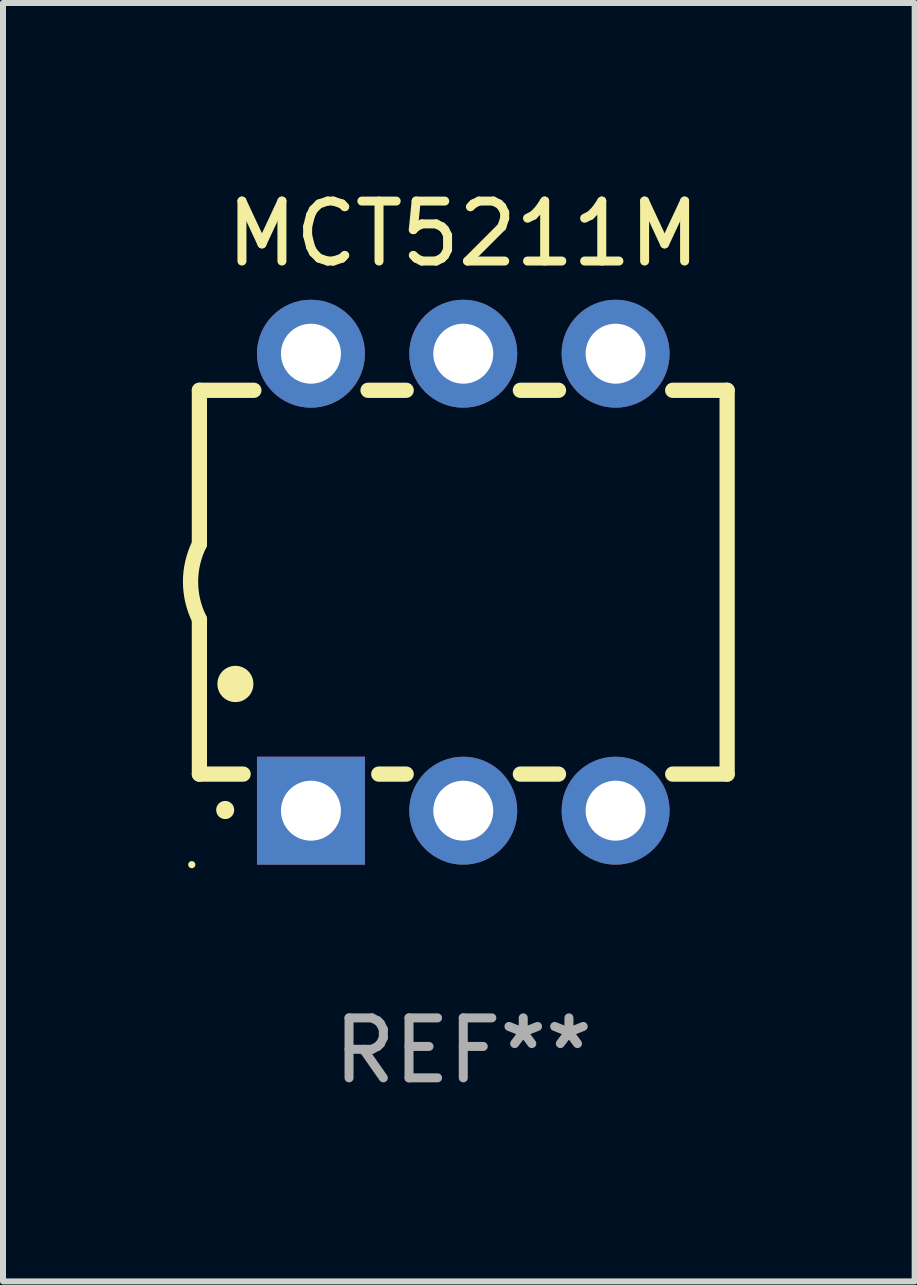
<source format=kicad_pcb>
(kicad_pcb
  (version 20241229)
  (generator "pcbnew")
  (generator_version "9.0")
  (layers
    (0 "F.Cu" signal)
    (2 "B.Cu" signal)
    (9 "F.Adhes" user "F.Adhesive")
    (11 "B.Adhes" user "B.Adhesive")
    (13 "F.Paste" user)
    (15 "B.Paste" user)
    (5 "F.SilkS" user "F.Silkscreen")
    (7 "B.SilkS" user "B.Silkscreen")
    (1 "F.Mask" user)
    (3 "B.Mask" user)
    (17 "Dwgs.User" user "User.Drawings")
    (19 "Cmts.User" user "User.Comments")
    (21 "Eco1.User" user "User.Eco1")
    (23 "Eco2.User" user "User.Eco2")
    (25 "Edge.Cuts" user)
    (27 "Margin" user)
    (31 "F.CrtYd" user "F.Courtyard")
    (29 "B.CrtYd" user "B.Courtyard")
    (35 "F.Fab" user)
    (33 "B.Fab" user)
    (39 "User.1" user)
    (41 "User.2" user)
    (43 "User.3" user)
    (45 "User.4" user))
  (footprint "MCT5211M"
    (layer "F.Cu")
    (at 4.675 6.658)
    (property "Reference" "MCT5211M" (at 0 -5.81 0) (layer "F.SilkS") (effects (font (size 1 1) (thickness 0.15))))
    (attr through_hole)
    (fp_line (start -4.4 -3.2) (end -4.4 -0.635) (stroke (width 0.254) (type solid)) (layer "F.SilkS"))
    (fp_line (start -4.4 -3.2) (end -3.492 -3.2) (stroke (width 0.254) (type solid)) (layer "F.SilkS"))
    (fp_line (start -4.4 3.2) (end -4.4 0.619) (stroke (width 0.254) (type solid)) (layer "F.SilkS"))
    (fp_line (start -3.671 3.2) (end -4.4 3.2) (stroke (width 0.254) (type solid)) (layer "F.SilkS"))
    (fp_line (start -1.588 -3.2) (end -0.952 -3.2) (stroke (width 0.254) (type solid)) (layer "F.SilkS"))
    (fp_line (start -0.952 3.2) (end -1.409 3.2) (stroke (width 0.254) (type solid)) (layer "F.SilkS"))
    (fp_line (start 0.952 -3.2) (end 1.588 -3.2) (stroke (width 0.254) (type solid)) (layer "F.SilkS"))
    (fp_line (start 1.588 3.2) (end 0.952 3.2) (stroke (width 0.254) (type solid)) (layer "F.SilkS"))
    (fp_line (start 3.492 -3.2) (end 4.4 -3.2) (stroke (width 0.254) (type solid)) (layer "F.SilkS"))
    (fp_line (start 4.4 -3.2) (end 4.4 3.2) (stroke (width 0.254) (type solid)) (layer "F.SilkS"))
    (fp_line (start 4.4 3.2) (end 3.492 3.2) (stroke (width 0.254) (type solid)) (layer "F.SilkS"))
    (fp_arc (start -4.399288 0.619762) (mid -4.547636 -0.007536) (end -4.4 -0.635001) (stroke (width 0.254001) (type solid)) (layer "F.SilkS"))
    (fp_arc (start -3.970028 3.799848) (mid -3.970033 3.798578) (end -3.970028 3.797308) (stroke (width 0.3) (type solid)) (layer "F.SilkS"))
    (fp_arc (start -3.799848 1.699263) (mid -3.799859 1.696723) (end -3.799848 1.694183) (stroke (width 0.6) (type solid)) (layer "F.SilkS"))
    (fp_circle (center -4.527 4.71) (end -4.497 4.71) (stroke (width 0.06) (type solid)) (fill no) (layer "F.SilkS"))
    (fp_text user "REF**" (at 0 7.81 0) (layer "F.Fab") (effects (font (size 1 1) (thickness 0.15))))
    (pad "1" thru_hole rect (at -2.54 3.81 180) (size 1.8 1.8) (drill 1) (layers "*.Cu" "*.Mask"))
    (pad "2" thru_hole circle (at 0 3.81) (size 1.8 1.8) (drill 1) (layers "*.Cu" "*.Mask"))
    (pad "3" thru_hole circle (at 2.54 3.81) (size 1.8 1.8) (drill 1) (layers "*.Cu" "*.Mask"))
    (pad "4" thru_hole circle (at 2.54 -3.81) (size 1.8 1.8) (drill 1) (layers "*.Cu" "*.Mask"))
    (pad "5" thru_hole circle (at 0 -3.81) (size 1.8 1.8) (drill 1) (layers "*.Cu" "*.Mask"))
    (pad "6" thru_hole circle (at -2.54 -3.81) (size 1.8 1.8) (drill 1) (layers "*.Cu" "*.Mask")))
  (gr_rect
    (start -3 -3)
    (end 12.202 18.317)
    (stroke (width 0.1) (type default))
    (fill no)
    (layer "Edge.Cuts")))
</source>
